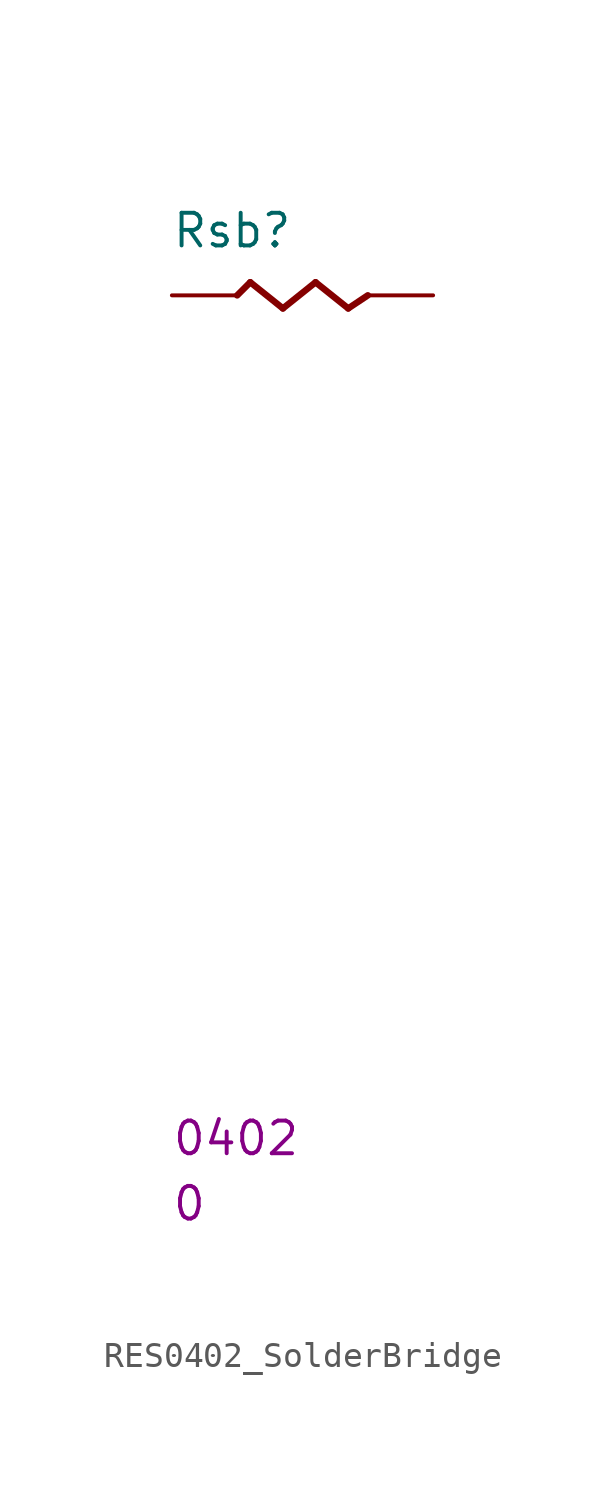
<source format=kicad_sym>
(kicad_symbol_lib
  (version 20231120)
  (generator "kicad_symbol_editor")
  (generator_version "7.99")
  (symbol "RES0402_SolderBridge"
    (pin_numbers hide)
    (pin_names
      (offset 1.016) hide)
    (property "Reference" "Rsb"
      (at -0.025 1.778 0)
      (effects (font (size 1.27 1.27)) (justify left bottom)))
    (property "PackageType" "0402"
      (at -0.025 -33.528 0)
      (effects (font (size 1.27 1.27)) (justify left bottom)))
    (property "ValueP" "0"
      (at -0.025 -36.068 0)
      (effects (font (size 1.27 1.27)) (justify left bottom)))
    (symbol "RES0402_SolderBridge_1_1"
      (polyline (pts (xy 3.048 0.508) (xy 2.54 0)) (stroke (width 0.254) (type solid)) (fill (type none)))
      (polyline (pts (xy 3.048 0.508) (xy 4.318 -0.508)) (stroke (width 0.254) (type solid)) (fill (type none)))
      (polyline (pts (xy 5.588 0.508) (xy 4.318 -0.508)) (stroke (width 0.254) (type solid)) (fill (type none)))
      (polyline (pts (xy 5.588 0.508) (xy 6.858 -0.508)) (stroke (width 0.254) (type solid)) (fill (type none)))
      (polyline (pts (xy 6.858 -0.508) (xy 7.62 0)) (stroke (width 0.254) (type solid)) (fill (type none)))
      (pin passive line (at 0 0 0) (length 2.54) (name "1" (effects (font (size 1.27 1.27)))) (number "1" (effects (font (size 1.27 1.27)))))
      (pin passive line (at 10.16 0 180) (length 2.54) (name "2" (effects (font (size 1.27 1.27)))) (number "2" (effects (font (size 1.27 1.27))))))))
</source>
